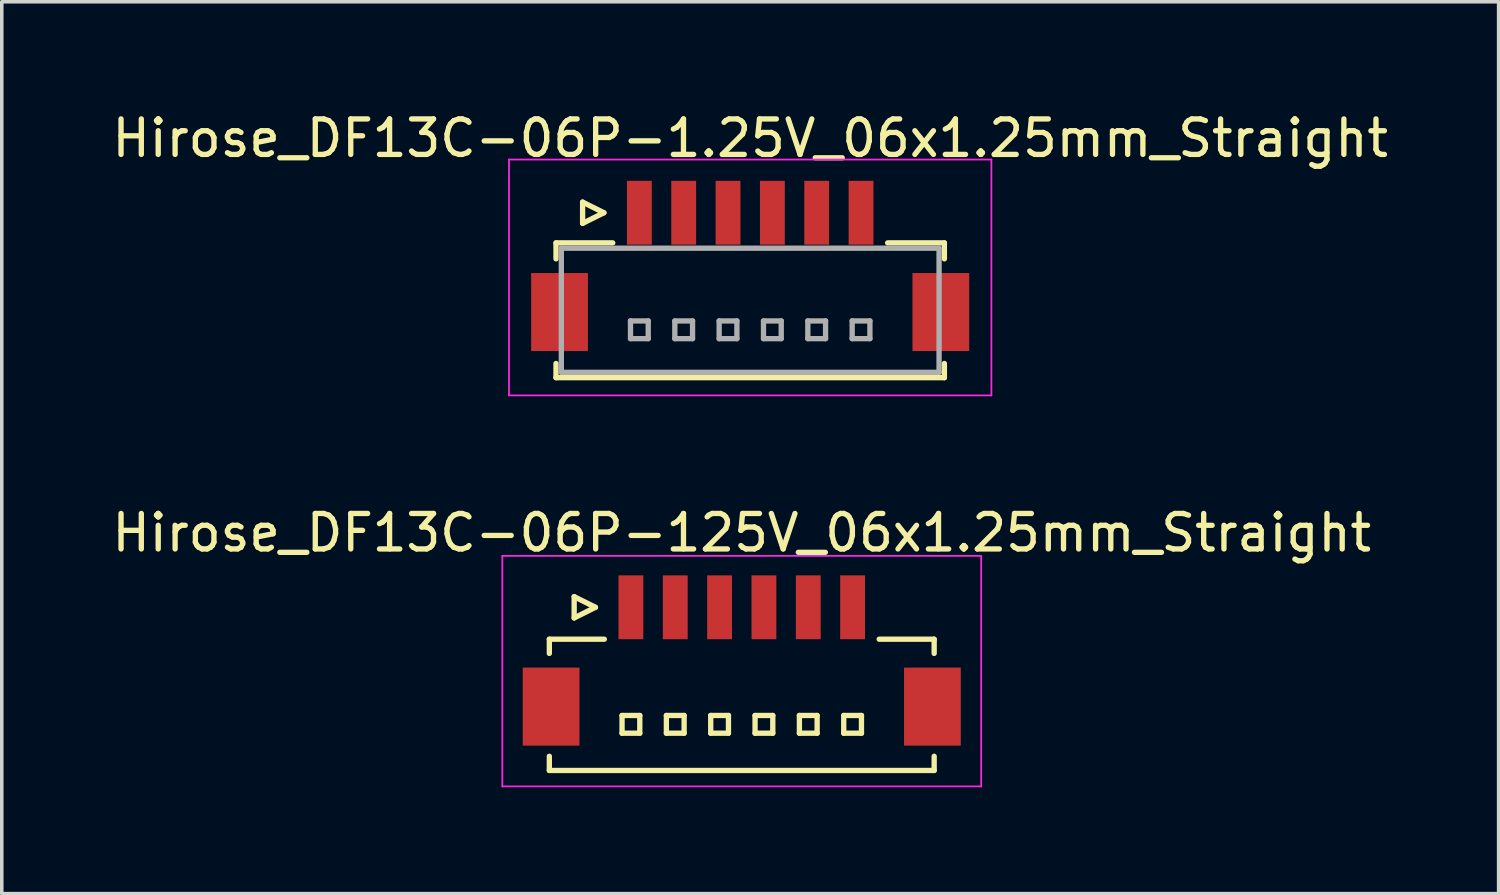
<source format=kicad_pcb>
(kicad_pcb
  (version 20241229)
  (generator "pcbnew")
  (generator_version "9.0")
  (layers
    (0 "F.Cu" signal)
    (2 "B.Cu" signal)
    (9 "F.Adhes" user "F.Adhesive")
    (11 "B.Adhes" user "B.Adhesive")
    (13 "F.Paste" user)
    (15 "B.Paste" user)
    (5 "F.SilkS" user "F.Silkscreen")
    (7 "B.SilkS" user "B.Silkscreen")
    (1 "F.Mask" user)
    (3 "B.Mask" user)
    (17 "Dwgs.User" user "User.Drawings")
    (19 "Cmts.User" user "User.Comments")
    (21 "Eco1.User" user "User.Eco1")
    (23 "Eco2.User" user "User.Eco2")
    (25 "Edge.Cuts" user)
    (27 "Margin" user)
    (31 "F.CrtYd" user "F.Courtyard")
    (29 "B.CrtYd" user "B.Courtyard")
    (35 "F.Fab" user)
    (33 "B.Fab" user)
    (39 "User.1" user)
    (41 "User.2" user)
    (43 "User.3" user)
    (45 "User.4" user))
  (footprint "Hirose_DF13C-06P-1.25V_06x1.25mm_Straight"
    (layer "F.Cu")
    (at 18.101 4.348)
    (property "Reference" "Hirose_DF13C-06P-1.25V_06x1.25mm_Straight" (at 0 -3.5 0) (layer "F.SilkS") (effects (font (size 1 1) (thickness 0.15))))
    (attr smd)
    (fp_line (start -5.475 -0.55) (end -5.475 -0.1) (stroke (width 0.15) (type solid)) (layer "F.SilkS"))
    (fp_line (start -5.475 -0.55) (end -3.875 -0.55) (stroke (width 0.15) (type solid)) (layer "F.SilkS"))
    (fp_line (start -5.475 3.25) (end -5.475 2.85) (stroke (width 0.15) (type solid)) (layer "F.SilkS"))
    (fp_line (start -5.475 3.25) (end 5.475 3.25) (stroke (width 0.15) (type solid)) (layer "F.SilkS"))
    (fp_line (start -4.725 -1.7) (end -4.725 -1.1) (stroke (width 0.15) (type solid)) (layer "F.SilkS"))
    (fp_line (start -4.725 -1.1) (end -4.125 -1.4) (stroke (width 0.15) (type solid)) (layer "F.SilkS"))
    (fp_line (start -4.125 -1.4) (end -4.725 -1.7) (stroke (width 0.15) (type solid)) (layer "F.SilkS"))
    (fp_line (start 5.475 -0.55) (end 3.875 -0.55) (stroke (width 0.15) (type solid)) (layer "F.SilkS"))
    (fp_line (start 5.475 -0.55) (end 5.475 -0.1) (stroke (width 0.15) (type solid)) (layer "F.SilkS"))
    (fp_line (start 5.475 3.25) (end 5.475 2.85) (stroke (width 0.15) (type solid)) (layer "F.SilkS"))
    (fp_line (start -6.8 -2.9) (end -6.8 3.75) (stroke (width 0.05) (type solid)) (layer "F.CrtYd"))
    (fp_line (start -6.8 3.75) (end 6.8 3.75) (stroke (width 0.05) (type solid)) (layer "F.CrtYd"))
    (fp_line (start 6.8 -2.9) (end -6.8 -2.9) (stroke (width 0.05) (type solid)) (layer "F.CrtYd"))
    (fp_line (start 6.8 3.75) (end 6.8 -2.9) (stroke (width 0.05) (type solid)) (layer "F.CrtYd"))
    (fp_line (start -5.325 -0.4) (end -5.325 3.1) (stroke (width 0.15) (type solid)) (layer "F.Fab"))
    (fp_line (start -5.325 3.1) (end 5.325 3.1) (stroke (width 0.15) (type solid)) (layer "F.Fab"))
    (fp_line (start -3.375 1.65) (end -3.375 2.15) (stroke (width 0.15) (type solid)) (layer "F.Fab"))
    (fp_line (start -3.375 2.15) (end -2.875 2.15) (stroke (width 0.15) (type solid)) (layer "F.Fab"))
    (fp_line (start -2.875 1.65) (end -3.375 1.65) (stroke (width 0.15) (type solid)) (layer "F.Fab"))
    (fp_line (start -2.875 2.15) (end -2.875 1.65) (stroke (width 0.15) (type solid)) (layer "F.Fab"))
    (fp_line (start -2.125 1.65) (end -2.125 2.15) (stroke (width 0.15) (type solid)) (layer "F.Fab"))
    (fp_line (start -2.125 2.15) (end -1.625 2.15) (stroke (width 0.15) (type solid)) (layer "F.Fab"))
    (fp_line (start -1.625 1.65) (end -2.125 1.65) (stroke (width 0.15) (type solid)) (layer "F.Fab"))
    (fp_line (start -1.625 2.15) (end -1.625 1.65) (stroke (width 0.15) (type solid)) (layer "F.Fab"))
    (fp_line (start -0.875 1.65) (end -0.875 2.15) (stroke (width 0.15) (type solid)) (layer "F.Fab"))
    (fp_line (start -0.875 2.15) (end -0.375 2.15) (stroke (width 0.15) (type solid)) (layer "F.Fab"))
    (fp_line (start -0.375 1.65) (end -0.875 1.65) (stroke (width 0.15) (type solid)) (layer "F.Fab"))
    (fp_line (start -0.375 2.15) (end -0.375 1.65) (stroke (width 0.15) (type solid)) (layer "F.Fab"))
    (fp_line (start 0.375 1.65) (end 0.375 2.15) (stroke (width 0.15) (type solid)) (layer "F.Fab"))
    (fp_line (start 0.375 2.15) (end 0.875 2.15) (stroke (width 0.15) (type solid)) (layer "F.Fab"))
    (fp_line (start 0.875 1.65) (end 0.375 1.65) (stroke (width 0.15) (type solid)) (layer "F.Fab"))
    (fp_line (start 0.875 2.15) (end 0.875 1.65) (stroke (width 0.15) (type solid)) (layer "F.Fab"))
    (fp_line (start 1.625 1.65) (end 1.625 2.15) (stroke (width 0.15) (type solid)) (layer "F.Fab"))
    (fp_line (start 1.625 2.15) (end 2.125 2.15) (stroke (width 0.15) (type solid)) (layer "F.Fab"))
    (fp_line (start 2.125 1.65) (end 1.625 1.65) (stroke (width 0.15) (type solid)) (layer "F.Fab"))
    (fp_line (start 2.125 2.15) (end 2.125 1.65) (stroke (width 0.15) (type solid)) (layer "F.Fab"))
    (fp_line (start 2.875 1.65) (end 2.875 2.15) (stroke (width 0.15) (type solid)) (layer "F.Fab"))
    (fp_line (start 2.875 2.15) (end 3.375 2.15) (stroke (width 0.15) (type solid)) (layer "F.Fab"))
    (fp_line (start 3.375 1.65) (end 2.875 1.65) (stroke (width 0.15) (type solid)) (layer "F.Fab"))
    (fp_line (start 3.375 2.15) (end 3.375 1.65) (stroke (width 0.15) (type solid)) (layer "F.Fab"))
    (fp_line (start 5.325 -0.4) (end -5.325 -0.4) (stroke (width 0.15) (type solid)) (layer "F.Fab"))
    (fp_line (start 5.325 3.1) (end 5.325 -0.4) (stroke (width 0.15) (type solid)) (layer "F.Fab"))
    (pad "" smd rect (at -5.375 1.4) (size 1.6 2.2) (layers "F.Cu" "F.Mask" "F.Paste"))
    (pad "" smd rect (at 5.375 1.4) (size 1.6 2.2) (layers "F.Cu" "F.Mask" "F.Paste"))
    (pad "1" smd rect (at -3.125 -1.4) (size 0.7 1.8) (layers "F.Cu" "F.Mask" "F.Paste"))
    (pad "2" smd rect (at -1.875 -1.4) (size 0.7 1.8) (layers "F.Cu" "F.Mask" "F.Paste"))
    (pad "3" smd rect (at -0.625 -1.4) (size 0.7 1.8) (layers "F.Cu" "F.Mask" "F.Paste"))
    (pad "4" smd rect (at 0.625 -1.4) (size 0.7 1.8) (layers "F.Cu" "F.Mask" "F.Paste"))
    (pad "5" smd rect (at 1.875 -1.4) (size 0.7 1.8) (layers "F.Cu" "F.Mask" "F.Paste"))
    (pad "6" smd rect (at 3.125 -1.4) (size 0.7 1.8) (layers "F.Cu" "F.Mask" "F.Paste")))
  (footprint "Hirose_DF13C-06P-125V_06x1.25mm_Straight"
    (layer "F.Cu")
    (at 17.863 15.472)
    (property "Reference" "Hirose_DF13C-06P-125V_06x1.25mm_Straight" (at 0 -3.5 0) (layer "F.SilkS") (effects (font (size 1 1) (thickness 0.15))))
    (attr smd)
    (fp_line (start -5.425 -0.5) (end -5.425 -0.1) (stroke (width 0.15) (type solid)) (layer "F.SilkS"))
    (fp_line (start -5.425 -0.5) (end -3.875 -0.5) (stroke (width 0.15) (type solid)) (layer "F.SilkS"))
    (fp_line (start -5.425 3.2) (end -5.425 2.8) (stroke (width 0.15) (type solid)) (layer "F.SilkS"))
    (fp_line (start -5.425 3.2) (end 5.425 3.2) (stroke (width 0.15) (type solid)) (layer "F.SilkS"))
    (fp_line (start -4.725 -1.7) (end -4.725 -1.1) (stroke (width 0.15) (type solid)) (layer "F.SilkS"))
    (fp_line (start -4.725 -1.1) (end -4.125 -1.4) (stroke (width 0.15) (type solid)) (layer "F.SilkS"))
    (fp_line (start -4.125 -1.4) (end -4.725 -1.7) (stroke (width 0.15) (type solid)) (layer "F.SilkS"))
    (fp_line (start -3.375 1.65) (end -3.375 2.15) (stroke (width 0.15) (type solid)) (layer "F.SilkS"))
    (fp_line (start -3.375 2.15) (end -2.875 2.15) (stroke (width 0.15) (type solid)) (layer "F.SilkS"))
    (fp_line (start -2.875 1.65) (end -3.375 1.65) (stroke (width 0.15) (type solid)) (layer "F.SilkS"))
    (fp_line (start -2.875 2.15) (end -2.875 1.65) (stroke (width 0.15) (type solid)) (layer "F.SilkS"))
    (fp_line (start -2.125 1.65) (end -2.125 2.15) (stroke (width 0.15) (type solid)) (layer "F.SilkS"))
    (fp_line (start -2.125 2.15) (end -1.625 2.15) (stroke (width 0.15) (type solid)) (layer "F.SilkS"))
    (fp_line (start -1.625 1.65) (end -2.125 1.65) (stroke (width 0.15) (type solid)) (layer "F.SilkS"))
    (fp_line (start -1.625 2.15) (end -1.625 1.65) (stroke (width 0.15) (type solid)) (layer "F.SilkS"))
    (fp_line (start -0.875 1.65) (end -0.875 2.15) (stroke (width 0.15) (type solid)) (layer "F.SilkS"))
    (fp_line (start -0.875 2.15) (end -0.375 2.15) (stroke (width 0.15) (type solid)) (layer "F.SilkS"))
    (fp_line (start -0.375 1.65) (end -0.875 1.65) (stroke (width 0.15) (type solid)) (layer "F.SilkS"))
    (fp_line (start -0.375 2.15) (end -0.375 1.65) (stroke (width 0.15) (type solid)) (layer "F.SilkS"))
    (fp_line (start 0.375 1.65) (end 0.375 2.15) (stroke (width 0.15) (type solid)) (layer "F.SilkS"))
    (fp_line (start 0.375 2.15) (end 0.875 2.15) (stroke (width 0.15) (type solid)) (layer "F.SilkS"))
    (fp_line (start 0.875 1.65) (end 0.375 1.65) (stroke (width 0.15) (type solid)) (layer "F.SilkS"))
    (fp_line (start 0.875 2.15) (end 0.875 1.65) (stroke (width 0.15) (type solid)) (layer "F.SilkS"))
    (fp_line (start 1.625 1.65) (end 1.625 2.15) (stroke (width 0.15) (type solid)) (layer "F.SilkS"))
    (fp_line (start 1.625 2.15) (end 2.125 2.15) (stroke (width 0.15) (type solid)) (layer "F.SilkS"))
    (fp_line (start 2.125 1.65) (end 1.625 1.65) (stroke (width 0.15) (type solid)) (layer "F.SilkS"))
    (fp_line (start 2.125 2.15) (end 2.125 1.65) (stroke (width 0.15) (type solid)) (layer "F.SilkS"))
    (fp_line (start 2.875 1.65) (end 2.875 2.15) (stroke (width 0.15) (type solid)) (layer "F.SilkS"))
    (fp_line (start 2.875 2.15) (end 3.375 2.15) (stroke (width 0.15) (type solid)) (layer "F.SilkS"))
    (fp_line (start 3.375 1.65) (end 2.875 1.65) (stroke (width 0.15) (type solid)) (layer "F.SilkS"))
    (fp_line (start 3.375 2.15) (end 3.375 1.65) (stroke (width 0.15) (type solid)) (layer "F.SilkS"))
    (fp_line (start 5.425 -0.5) (end 3.875 -0.5) (stroke (width 0.15) (type solid)) (layer "F.SilkS"))
    (fp_line (start 5.425 -0.5) (end 5.425 -0.1) (stroke (width 0.15) (type solid)) (layer "F.SilkS"))
    (fp_line (start 5.425 3.2) (end 5.425 2.8) (stroke (width 0.15) (type solid)) (layer "F.SilkS"))
    (fp_line (start -6.75 -2.85) (end -6.75 3.65) (stroke (width 0.05) (type solid)) (layer "F.CrtYd"))
    (fp_line (start -6.75 3.65) (end 6.75 3.65) (stroke (width 0.05) (type solid)) (layer "F.CrtYd"))
    (fp_line (start 6.75 -2.85) (end -6.75 -2.85) (stroke (width 0.05) (type solid)) (layer "F.CrtYd"))
    (fp_line (start 6.75 3.65) (end 6.75 -2.85) (stroke (width 0.05) (type solid)) (layer "F.CrtYd"))
    (pad "" smd rect (at -5.375 1.4) (size 1.6 2.2) (layers "F.Cu" "F.Mask" "F.Paste"))
    (pad "" smd rect (at 5.375 1.4) (size 1.6 2.2) (layers "F.Cu" "F.Mask" "F.Paste"))
    (pad "1" smd rect (at -3.125 -1.4) (size 0.7 1.8) (layers "F.Cu" "F.Mask" "F.Paste"))
    (pad "2" smd rect (at -1.875 -1.4) (size 0.7 1.8) (layers "F.Cu" "F.Mask" "F.Paste"))
    (pad "3" smd rect (at -0.625 -1.4) (size 0.7 1.8) (layers "F.Cu" "F.Mask" "F.Paste"))
    (pad "4" smd rect (at 0.625 -1.4) (size 0.7 1.8) (layers "F.Cu" "F.Mask" "F.Paste"))
    (pad "5" smd rect (at 1.875 -1.4) (size 0.7 1.8) (layers "F.Cu" "F.Mask" "F.Paste"))
    (pad "6" smd rect (at 3.125 -1.4) (size 0.7 1.8) (layers "F.Cu" "F.Mask" "F.Paste")))
  (gr_rect
    (start -3 -3)
    (end 39.202 22.146)
    (stroke (width 0.1) (type default))
    (fill no)
    (layer "Edge.Cuts")))
</source>
